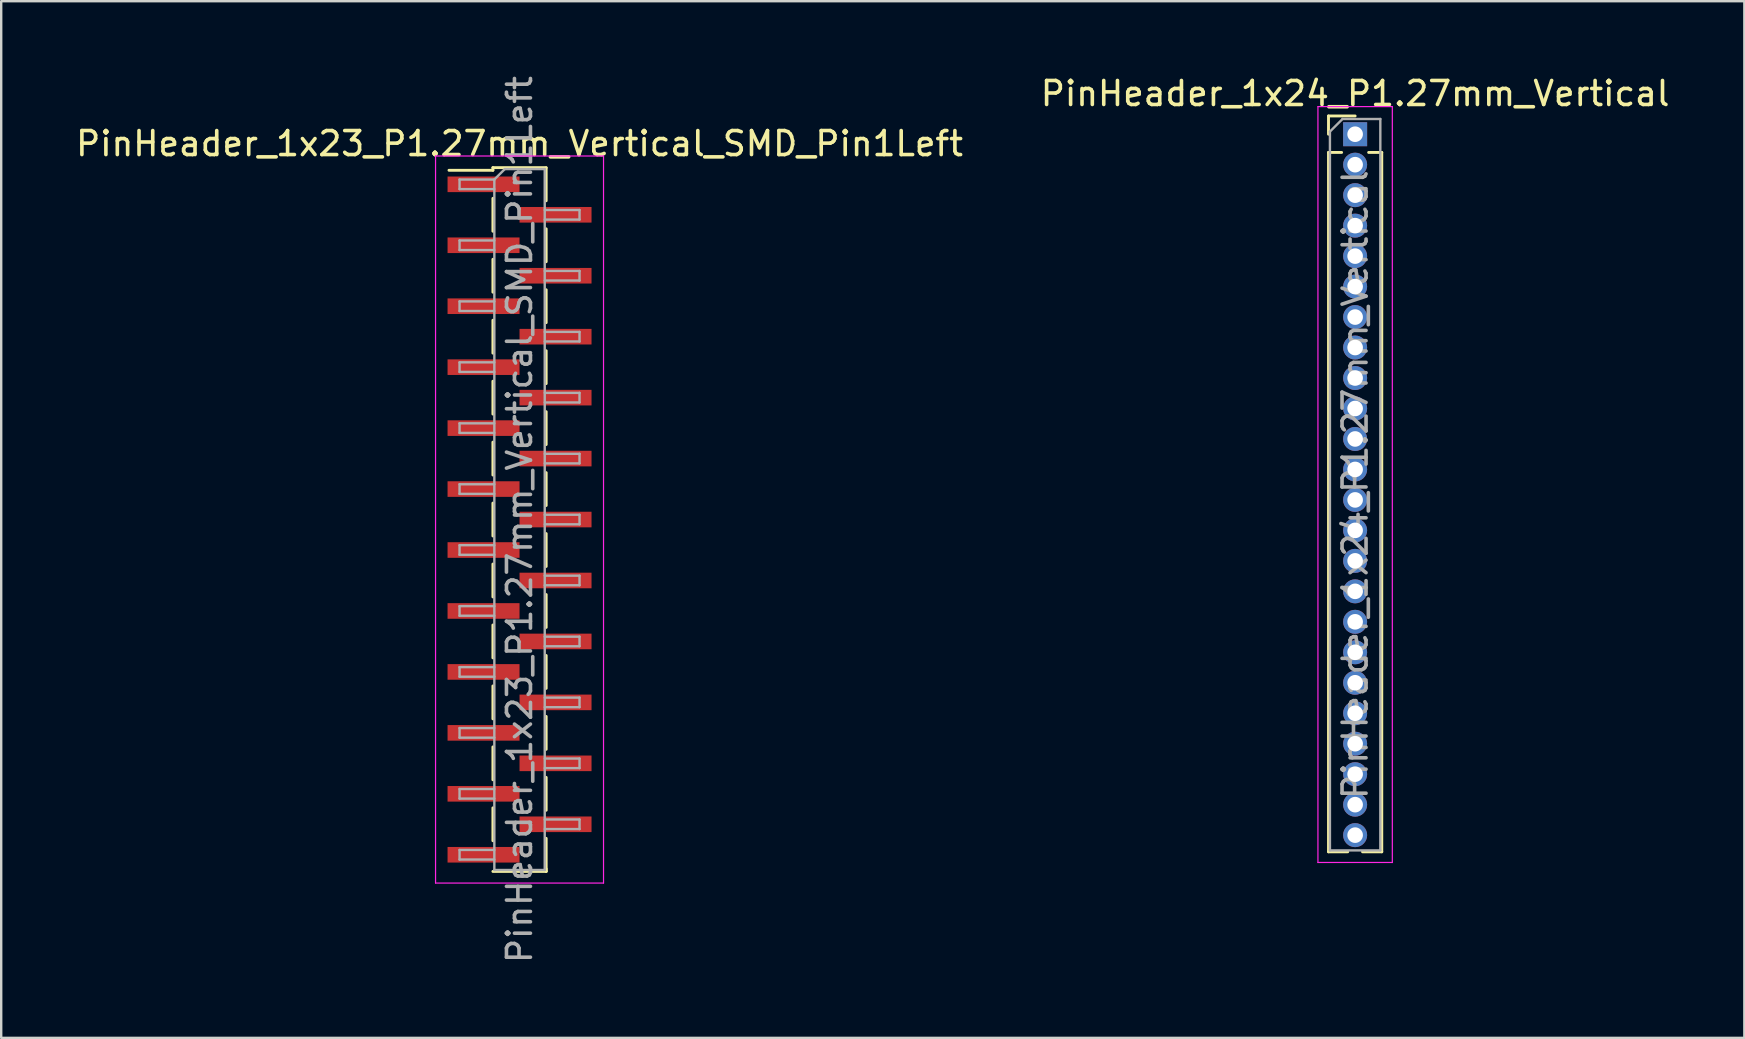
<source format=kicad_pcb>
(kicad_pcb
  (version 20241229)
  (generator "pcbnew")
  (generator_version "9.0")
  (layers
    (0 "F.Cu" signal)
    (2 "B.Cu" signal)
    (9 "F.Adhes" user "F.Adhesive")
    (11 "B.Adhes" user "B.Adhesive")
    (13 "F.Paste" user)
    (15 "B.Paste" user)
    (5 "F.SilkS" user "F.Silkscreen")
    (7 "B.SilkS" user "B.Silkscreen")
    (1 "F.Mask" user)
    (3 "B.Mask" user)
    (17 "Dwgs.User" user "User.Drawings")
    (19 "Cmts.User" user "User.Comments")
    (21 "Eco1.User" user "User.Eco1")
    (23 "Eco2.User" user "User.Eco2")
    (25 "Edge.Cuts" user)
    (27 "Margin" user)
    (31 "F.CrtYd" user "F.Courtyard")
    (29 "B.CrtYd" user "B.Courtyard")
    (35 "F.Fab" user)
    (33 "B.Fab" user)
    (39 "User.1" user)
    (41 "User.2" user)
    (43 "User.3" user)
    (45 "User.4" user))
  (footprint "PinHeader_1x23_P1.27mm_Vertical_SMD_Pin1Left"
    (layer "F.Cu")
    (at 18.601 18.601)
    (property "Reference" "PinHeader_1x23_P1.27mm_Vertical_SMD_Pin1Left" (at 0 -15.665 0) (layer "F.SilkS") (effects (font (size 1 1) (thickness 0.15))))
    (attr smd)
    (fp_line (start -1.11 -14.665) (end -1.11 -14.555) (stroke (width 0.12) (type solid)) (layer "F.SilkS"))
    (fp_line (start -1.11 -14.665) (end 1.11 -14.665) (stroke (width 0.12) (type solid)) (layer "F.SilkS"))
    (fp_line (start -1.11 -14.555) (end -2.94 -14.555) (stroke (width 0.12) (type solid)) (layer "F.SilkS"))
    (fp_line (start -1.11 -13.385) (end -1.11 -12.015) (stroke (width 0.12) (type solid)) (layer "F.SilkS"))
    (fp_line (start -1.11 -10.845) (end -1.11 -9.475) (stroke (width 0.12) (type solid)) (layer "F.SilkS"))
    (fp_line (start -1.11 -8.305) (end -1.11 -6.935) (stroke (width 0.12) (type solid)) (layer "F.SilkS"))
    (fp_line (start -1.11 -5.765) (end -1.11 -4.395) (stroke (width 0.12) (type solid)) (layer "F.SilkS"))
    (fp_line (start -1.11 -3.225) (end -1.11 -1.855) (stroke (width 0.12) (type solid)) (layer "F.SilkS"))
    (fp_line (start -1.11 -0.685) (end -1.11 0.685) (stroke (width 0.12) (type solid)) (layer "F.SilkS"))
    (fp_line (start -1.11 1.855) (end -1.11 3.225) (stroke (width 0.12) (type solid)) (layer "F.SilkS"))
    (fp_line (start -1.11 4.395) (end -1.11 5.765) (stroke (width 0.12) (type solid)) (layer "F.SilkS"))
    (fp_line (start -1.11 6.935) (end -1.11 8.305) (stroke (width 0.12) (type solid)) (layer "F.SilkS"))
    (fp_line (start -1.11 9.475) (end -1.11 10.845) (stroke (width 0.12) (type solid)) (layer "F.SilkS"))
    (fp_line (start -1.11 12.015) (end -1.11 13.385) (stroke (width 0.12) (type solid)) (layer "F.SilkS"))
    (fp_line (start -1.11 14.665) (end 1.11 14.665) (stroke (width 0.12) (type solid)) (layer "F.SilkS"))
    (fp_line (start 1.11 -14.655) (end 1.11 -13.285) (stroke (width 0.12) (type solid)) (layer "F.SilkS"))
    (fp_line (start 1.11 -12.115) (end 1.11 -10.745) (stroke (width 0.12) (type solid)) (layer "F.SilkS"))
    (fp_line (start 1.11 -9.575) (end 1.11 -8.205) (stroke (width 0.12) (type solid)) (layer "F.SilkS"))
    (fp_line (start 1.11 -7.035) (end 1.11 -5.665) (stroke (width 0.12) (type solid)) (layer "F.SilkS"))
    (fp_line (start 1.11 -4.495) (end 1.11 -3.125) (stroke (width 0.12) (type solid)) (layer "F.SilkS"))
    (fp_line (start 1.11 -1.955) (end 1.11 -0.585) (stroke (width 0.12) (type solid)) (layer "F.SilkS"))
    (fp_line (start 1.11 0.585) (end 1.11 1.955) (stroke (width 0.12) (type solid)) (layer "F.SilkS"))
    (fp_line (start 1.11 3.125) (end 1.11 4.495) (stroke (width 0.12) (type solid)) (layer "F.SilkS"))
    (fp_line (start 1.11 5.665) (end 1.11 7.035) (stroke (width 0.12) (type solid)) (layer "F.SilkS"))
    (fp_line (start 1.11 8.205) (end 1.11 9.575) (stroke (width 0.12) (type solid)) (layer "F.SilkS"))
    (fp_line (start 1.11 10.745) (end 1.11 12.115) (stroke (width 0.12) (type solid)) (layer "F.SilkS"))
    (fp_line (start 1.11 13.285) (end 1.11 14.655) (stroke (width 0.12) (type solid)) (layer "F.SilkS"))
    (fp_line (start 1.11 14.555) (end 1.11 14.665) (stroke (width 0.12) (type solid)) (layer "F.SilkS"))
    (fp_line (start -3.5 -15.15) (end -3.5 15.15) (stroke (width 0.05) (type solid)) (layer "F.CrtYd"))
    (fp_line (start -3.5 15.15) (end 3.5 15.15) (stroke (width 0.05) (type solid)) (layer "F.CrtYd"))
    (fp_line (start 3.5 -15.15) (end -3.5 -15.15) (stroke (width 0.05) (type solid)) (layer "F.CrtYd"))
    (fp_line (start 3.5 15.15) (end 3.5 -15.15) (stroke (width 0.05) (type solid)) (layer "F.CrtYd"))
    (fp_line (start -2.5 -14.17) (end -2.5 -13.77) (stroke (width 0.1) (type solid)) (layer "F.Fab"))
    (fp_line (start -2.5 -13.77) (end -1.05 -13.77) (stroke (width 0.1) (type solid)) (layer "F.Fab"))
    (fp_line (start -2.5 -11.63) (end -2.5 -11.23) (stroke (width 0.1) (type solid)) (layer "F.Fab"))
    (fp_line (start -2.5 -11.23) (end -1.05 -11.23) (stroke (width 0.1) (type solid)) (layer "F.Fab"))
    (fp_line (start -2.5 -9.09) (end -2.5 -8.69) (stroke (width 0.1) (type solid)) (layer "F.Fab"))
    (fp_line (start -2.5 -8.69) (end -1.05 -8.69) (stroke (width 0.1) (type solid)) (layer "F.Fab"))
    (fp_line (start -2.5 -6.55) (end -2.5 -6.15) (stroke (width 0.1) (type solid)) (layer "F.Fab"))
    (fp_line (start -2.5 -6.15) (end -1.05 -6.15) (stroke (width 0.1) (type solid)) (layer "F.Fab"))
    (fp_line (start -2.5 -4.01) (end -2.5 -3.61) (stroke (width 0.1) (type solid)) (layer "F.Fab"))
    (fp_line (start -2.5 -3.61) (end -1.05 -3.61) (stroke (width 0.1) (type solid)) (layer "F.Fab"))
    (fp_line (start -2.5 -1.47) (end -2.5 -1.07) (stroke (width 0.1) (type solid)) (layer "F.Fab"))
    (fp_line (start -2.5 -1.07) (end -1.05 -1.07) (stroke (width 0.1) (type solid)) (layer "F.Fab"))
    (fp_line (start -2.5 1.07) (end -2.5 1.47) (stroke (width 0.1) (type solid)) (layer "F.Fab"))
    (fp_line (start -2.5 1.47) (end -1.05 1.47) (stroke (width 0.1) (type solid)) (layer "F.Fab"))
    (fp_line (start -2.5 3.61) (end -2.5 4.01) (stroke (width 0.1) (type solid)) (layer "F.Fab"))
    (fp_line (start -2.5 4.01) (end -1.05 4.01) (stroke (width 0.1) (type solid)) (layer "F.Fab"))
    (fp_line (start -2.5 6.15) (end -2.5 6.55) (stroke (width 0.1) (type solid)) (layer "F.Fab"))
    (fp_line (start -2.5 6.55) (end -1.05 6.55) (stroke (width 0.1) (type solid)) (layer "F.Fab"))
    (fp_line (start -2.5 8.69) (end -2.5 9.09) (stroke (width 0.1) (type solid)) (layer "F.Fab"))
    (fp_line (start -2.5 9.09) (end -1.05 9.09) (stroke (width 0.1) (type solid)) (layer "F.Fab"))
    (fp_line (start -2.5 11.23) (end -2.5 11.63) (stroke (width 0.1) (type solid)) (layer "F.Fab"))
    (fp_line (start -2.5 11.63) (end -1.05 11.63) (stroke (width 0.1) (type solid)) (layer "F.Fab"))
    (fp_line (start -2.5 13.77) (end -2.5 14.17) (stroke (width 0.1) (type solid)) (layer "F.Fab"))
    (fp_line (start -2.5 14.17) (end -1.05 14.17) (stroke (width 0.1) (type solid)) (layer "F.Fab"))
    (fp_line (start -1.05 -14.17) (end -2.5 -14.17) (stroke (width 0.1) (type solid)) (layer "F.Fab"))
    (fp_line (start -1.05 -14.17) (end -0.615 -14.605) (stroke (width 0.1) (type solid)) (layer "F.Fab"))
    (fp_line (start -1.05 -11.63) (end -2.5 -11.63) (stroke (width 0.1) (type solid)) (layer "F.Fab"))
    (fp_line (start -1.05 -9.09) (end -2.5 -9.09) (stroke (width 0.1) (type solid)) (layer "F.Fab"))
    (fp_line (start -1.05 -6.55) (end -2.5 -6.55) (stroke (width 0.1) (type solid)) (layer "F.Fab"))
    (fp_line (start -1.05 -4.01) (end -2.5 -4.01) (stroke (width 0.1) (type solid)) (layer "F.Fab"))
    (fp_line (start -1.05 -1.47) (end -2.5 -1.47) (stroke (width 0.1) (type solid)) (layer "F.Fab"))
    (fp_line (start -1.05 1.07) (end -2.5 1.07) (stroke (width 0.1) (type solid)) (layer "F.Fab"))
    (fp_line (start -1.05 3.61) (end -2.5 3.61) (stroke (width 0.1) (type solid)) (layer "F.Fab"))
    (fp_line (start -1.05 6.15) (end -2.5 6.15) (stroke (width 0.1) (type solid)) (layer "F.Fab"))
    (fp_line (start -1.05 8.69) (end -2.5 8.69) (stroke (width 0.1) (type solid)) (layer "F.Fab"))
    (fp_line (start -1.05 11.23) (end -2.5 11.23) (stroke (width 0.1) (type solid)) (layer "F.Fab"))
    (fp_line (start -1.05 13.77) (end -2.5 13.77) (stroke (width 0.1) (type solid)) (layer "F.Fab"))
    (fp_line (start -1.05 14.605) (end -1.05 -14.17) (stroke (width 0.1) (type solid)) (layer "F.Fab"))
    (fp_line (start -0.615 -14.605) (end 1.05 -14.605) (stroke (width 0.1) (type solid)) (layer "F.Fab"))
    (fp_line (start 1.05 -14.605) (end 1.05 14.605) (stroke (width 0.1) (type solid)) (layer "F.Fab"))
    (fp_line (start 1.05 -12.9) (end 2.5 -12.9) (stroke (width 0.1) (type solid)) (layer "F.Fab"))
    (fp_line (start 1.05 -10.36) (end 2.5 -10.36) (stroke (width 0.1) (type solid)) (layer "F.Fab"))
    (fp_line (start 1.05 -7.82) (end 2.5 -7.82) (stroke (width 0.1) (type solid)) (layer "F.Fab"))
    (fp_line (start 1.05 -5.28) (end 2.5 -5.28) (stroke (width 0.1) (type solid)) (layer "F.Fab"))
    (fp_line (start 1.05 -2.74) (end 2.5 -2.74) (stroke (width 0.1) (type solid)) (layer "F.Fab"))
    (fp_line (start 1.05 -0.2) (end 2.5 -0.2) (stroke (width 0.1) (type solid)) (layer "F.Fab"))
    (fp_line (start 1.05 2.34) (end 2.5 2.34) (stroke (width 0.1) (type solid)) (layer "F.Fab"))
    (fp_line (start 1.05 4.88) (end 2.5 4.88) (stroke (width 0.1) (type solid)) (layer "F.Fab"))
    (fp_line (start 1.05 7.42) (end 2.5 7.42) (stroke (width 0.1) (type solid)) (layer "F.Fab"))
    (fp_line (start 1.05 9.96) (end 2.5 9.96) (stroke (width 0.1) (type solid)) (layer "F.Fab"))
    (fp_line (start 1.05 12.5) (end 2.5 12.5) (stroke (width 0.1) (type solid)) (layer "F.Fab"))
    (fp_line (start 1.05 14.605) (end -1.05 14.605) (stroke (width 0.1) (type solid)) (layer "F.Fab"))
    (fp_line (start 2.5 -12.9) (end 2.5 -12.5) (stroke (width 0.1) (type solid)) (layer "F.Fab"))
    (fp_line (start 2.5 -12.5) (end 1.05 -12.5) (stroke (width 0.1) (type solid)) (layer "F.Fab"))
    (fp_line (start 2.5 -10.36) (end 2.5 -9.96) (stroke (width 0.1) (type solid)) (layer "F.Fab"))
    (fp_line (start 2.5 -9.96) (end 1.05 -9.96) (stroke (width 0.1) (type solid)) (layer "F.Fab"))
    (fp_line (start 2.5 -7.82) (end 2.5 -7.42) (stroke (width 0.1) (type solid)) (layer "F.Fab"))
    (fp_line (start 2.5 -7.42) (end 1.05 -7.42) (stroke (width 0.1) (type solid)) (layer "F.Fab"))
    (fp_line (start 2.5 -5.28) (end 2.5 -4.88) (stroke (width 0.1) (type solid)) (layer "F.Fab"))
    (fp_line (start 2.5 -4.88) (end 1.05 -4.88) (stroke (width 0.1) (type solid)) (layer "F.Fab"))
    (fp_line (start 2.5 -2.74) (end 2.5 -2.34) (stroke (width 0.1) (type solid)) (layer "F.Fab"))
    (fp_line (start 2.5 -2.34) (end 1.05 -2.34) (stroke (width 0.1) (type solid)) (layer "F.Fab"))
    (fp_line (start 2.5 -0.2) (end 2.5 0.2) (stroke (width 0.1) (type solid)) (layer "F.Fab"))
    (fp_line (start 2.5 0.2) (end 1.05 0.2) (stroke (width 0.1) (type solid)) (layer "F.Fab"))
    (fp_line (start 2.5 2.34) (end 2.5 2.74) (stroke (width 0.1) (type solid)) (layer "F.Fab"))
    (fp_line (start 2.5 2.74) (end 1.05 2.74) (stroke (width 0.1) (type solid)) (layer "F.Fab"))
    (fp_line (start 2.5 4.88) (end 2.5 5.28) (stroke (width 0.1) (type solid)) (layer "F.Fab"))
    (fp_line (start 2.5 5.28) (end 1.05 5.28) (stroke (width 0.1) (type solid)) (layer "F.Fab"))
    (fp_line (start 2.5 7.42) (end 2.5 7.82) (stroke (width 0.1) (type solid)) (layer "F.Fab"))
    (fp_line (start 2.5 7.82) (end 1.05 7.82) (stroke (width 0.1) (type solid)) (layer "F.Fab"))
    (fp_line (start 2.5 9.96) (end 2.5 10.36) (stroke (width 0.1) (type solid)) (layer "F.Fab"))
    (fp_line (start 2.5 10.36) (end 1.05 10.36) (stroke (width 0.1) (type solid)) (layer "F.Fab"))
    (fp_line (start 2.5 12.5) (end 2.5 12.9) (stroke (width 0.1) (type solid)) (layer "F.Fab"))
    (fp_line (start 2.5 12.9) (end 1.05 12.9) (stroke (width 0.1) (type solid)) (layer "F.Fab"))
    (fp_text user "${REFERENCE}" (at 0 0 90) (layer "F.Fab") (effects (font (size 1 1) (thickness 0.15))))
    (pad "1" smd rect (at -1.5 -13.97) (size 3 0.65) (layers "F.Cu" "F.Mask" "F.Paste"))
    (pad "2" smd rect (at 1.5 -12.7) (size 3 0.65) (layers "F.Cu" "F.Mask" "F.Paste"))
    (pad "3" smd rect (at -1.5 -11.43) (size 3 0.65) (layers "F.Cu" "F.Mask" "F.Paste"))
    (pad "4" smd rect (at 1.5 -10.16) (size 3 0.65) (layers "F.Cu" "F.Mask" "F.Paste"))
    (pad "5" smd rect (at -1.5 -8.89) (size 3 0.65) (layers "F.Cu" "F.Mask" "F.Paste"))
    (pad "6" smd rect (at 1.5 -7.62) (size 3 0.65) (layers "F.Cu" "F.Mask" "F.Paste"))
    (pad "7" smd rect (at -1.5 -6.35) (size 3 0.65) (layers "F.Cu" "F.Mask" "F.Paste"))
    (pad "8" smd rect (at 1.5 -5.08) (size 3 0.65) (layers "F.Cu" "F.Mask" "F.Paste"))
    (pad "9" smd rect (at -1.5 -3.81) (size 3 0.65) (layers "F.Cu" "F.Mask" "F.Paste"))
    (pad "10" smd rect (at 1.5 -2.54) (size 3 0.65) (layers "F.Cu" "F.Mask" "F.Paste"))
    (pad "11" smd rect (at -1.5 -1.27) (size 3 0.65) (layers "F.Cu" "F.Mask" "F.Paste"))
    (pad "12" smd rect (at 1.5 0) (size 3 0.65) (layers "F.Cu" "F.Mask" "F.Paste"))
    (pad "13" smd rect (at -1.5 1.27) (size 3 0.65) (layers "F.Cu" "F.Mask" "F.Paste"))
    (pad "14" smd rect (at 1.5 2.54) (size 3 0.65) (layers "F.Cu" "F.Mask" "F.Paste"))
    (pad "15" smd rect (at -1.5 3.81) (size 3 0.65) (layers "F.Cu" "F.Mask" "F.Paste"))
    (pad "16" smd rect (at 1.5 5.08) (size 3 0.65) (layers "F.Cu" "F.Mask" "F.Paste"))
    (pad "17" smd rect (at -1.5 6.35) (size 3 0.65) (layers "F.Cu" "F.Mask" "F.Paste"))
    (pad "18" smd rect (at 1.5 7.62) (size 3 0.65) (layers "F.Cu" "F.Mask" "F.Paste"))
    (pad "19" smd rect (at -1.5 8.89) (size 3 0.65) (layers "F.Cu" "F.Mask" "F.Paste"))
    (pad "20" smd rect (at 1.5 10.16) (size 3 0.65) (layers "F.Cu" "F.Mask" "F.Paste"))
    (pad "21" smd rect (at -1.5 11.43) (size 3 0.65) (layers "F.Cu" "F.Mask" "F.Paste"))
    (pad "22" smd rect (at 1.5 12.7) (size 3 0.65) (layers "F.Cu" "F.Mask" "F.Paste"))
    (pad "23" smd rect (at -1.5 13.97) (size 3 0.65) (layers "F.Cu" "F.Mask" "F.Paste")))
  (footprint "PinHeader_1x24_P1.27mm_Vertical"
    (layer "F.Cu")
    (at 53.423 2.543)
    (property "Reference" "PinHeader_1x24_P1.27mm_Vertical" (at 0 -1.695 0) (layer "F.SilkS") (effects (font (size 1 1) (thickness 0.15))))
    (attr through_hole)
    (fp_line (start -1.11 -0.76) (end 0 -0.76) (stroke (width 0.12) (type solid)) (layer "F.SilkS"))
    (fp_line (start -1.11 0) (end -1.11 -0.76) (stroke (width 0.12) (type solid)) (layer "F.SilkS"))
    (fp_line (start -1.11 0.76) (end -1.11 29.905) (stroke (width 0.12) (type solid)) (layer "F.SilkS"))
    (fp_line (start -1.11 0.76) (end -0.563 0.76) (stroke (width 0.12) (type solid)) (layer "F.SilkS"))
    (fp_line (start -1.11 29.905) (end -0.308 29.905) (stroke (width 0.12) (type solid)) (layer "F.SilkS"))
    (fp_line (start 0.308 29.905) (end 1.11 29.905) (stroke (width 0.12) (type solid)) (layer "F.SilkS"))
    (fp_line (start 0.563 0.76) (end 1.11 0.76) (stroke (width 0.12) (type solid)) (layer "F.SilkS"))
    (fp_line (start 1.11 0.76) (end 1.11 29.905) (stroke (width 0.12) (type solid)) (layer "F.SilkS"))
    (fp_line (start -1.55 -1.15) (end -1.55 30.35) (stroke (width 0.05) (type solid)) (layer "F.CrtYd"))
    (fp_line (start -1.55 30.35) (end 1.55 30.35) (stroke (width 0.05) (type solid)) (layer "F.CrtYd"))
    (fp_line (start 1.55 -1.15) (end -1.55 -1.15) (stroke (width 0.05) (type solid)) (layer "F.CrtYd"))
    (fp_line (start 1.55 30.35) (end 1.55 -1.15) (stroke (width 0.05) (type solid)) (layer "F.CrtYd"))
    (fp_line (start -1.05 -0.11) (end -0.525 -0.635) (stroke (width 0.1) (type solid)) (layer "F.Fab"))
    (fp_line (start -1.05 29.845) (end -1.05 -0.11) (stroke (width 0.1) (type solid)) (layer "F.Fab"))
    (fp_line (start -0.525 -0.635) (end 1.05 -0.635) (stroke (width 0.1) (type solid)) (layer "F.Fab"))
    (fp_line (start 1.05 -0.635) (end 1.05 29.845) (stroke (width 0.1) (type solid)) (layer "F.Fab"))
    (fp_line (start 1.05 29.845) (end -1.05 29.845) (stroke (width 0.1) (type solid)) (layer "F.Fab"))
    (fp_text user "${REFERENCE}" (at 0 14.605 90) (layer "F.Fab") (effects (font (size 1 1) (thickness 0.15))))
    (pad "1" thru_hole rect (at 0 0) (size 1 1) (drill 0.65) (layers "*.Cu" "*.Mask"))
    (pad "2" thru_hole oval (at 0 1.27) (size 1 1) (drill 0.65) (layers "*.Cu" "*.Mask"))
    (pad "3" thru_hole oval (at 0 2.54) (size 1 1) (drill 0.65) (layers "*.Cu" "*.Mask"))
    (pad "4" thru_hole oval (at 0 3.81) (size 1 1) (drill 0.65) (layers "*.Cu" "*.Mask"))
    (pad "5" thru_hole oval (at 0 5.08) (size 1 1) (drill 0.65) (layers "*.Cu" "*.Mask"))
    (pad "6" thru_hole oval (at 0 6.35) (size 1 1) (drill 0.65) (layers "*.Cu" "*.Mask"))
    (pad "7" thru_hole oval (at 0 7.62) (size 1 1) (drill 0.65) (layers "*.Cu" "*.Mask"))
    (pad "8" thru_hole oval (at 0 8.89) (size 1 1) (drill 0.65) (layers "*.Cu" "*.Mask"))
    (pad "9" thru_hole oval (at 0 10.16) (size 1 1) (drill 0.65) (layers "*.Cu" "*.Mask"))
    (pad "10" thru_hole oval (at 0 11.43) (size 1 1) (drill 0.65) (layers "*.Cu" "*.Mask"))
    (pad "11" thru_hole oval (at 0 12.7) (size 1 1) (drill 0.65) (layers "*.Cu" "*.Mask"))
    (pad "12" thru_hole oval (at 0 13.97) (size 1 1) (drill 0.65) (layers "*.Cu" "*.Mask"))
    (pad "13" thru_hole oval (at 0 15.24) (size 1 1) (drill 0.65) (layers "*.Cu" "*.Mask"))
    (pad "14" thru_hole oval (at 0 16.51) (size 1 1) (drill 0.65) (layers "*.Cu" "*.Mask"))
    (pad "15" thru_hole oval (at 0 17.78) (size 1 1) (drill 0.65) (layers "*.Cu" "*.Mask"))
    (pad "16" thru_hole oval (at 0 19.05) (size 1 1) (drill 0.65) (layers "*.Cu" "*.Mask"))
    (pad "17" thru_hole oval (at 0 20.32) (size 1 1) (drill 0.65) (layers "*.Cu" "*.Mask"))
    (pad "18" thru_hole oval (at 0 21.59) (size 1 1) (drill 0.65) (layers "*.Cu" "*.Mask"))
    (pad "19" thru_hole oval (at 0 22.86) (size 1 1) (drill 0.65) (layers "*.Cu" "*.Mask"))
    (pad "20" thru_hole oval (at 0 24.13) (size 1 1) (drill 0.65) (layers "*.Cu" "*.Mask"))
    (pad "21" thru_hole oval (at 0 25.4) (size 1 1) (drill 0.65) (layers "*.Cu" "*.Mask"))
    (pad "22" thru_hole oval (at 0 26.67) (size 1 1) (drill 0.65) (layers "*.Cu" "*.Mask"))
    (pad "23" thru_hole oval (at 0 27.94) (size 1 1) (drill 0.65) (layers "*.Cu" "*.Mask"))
    (pad "24" thru_hole oval (at 0 29.21) (size 1 1) (drill 0.65) (layers "*.Cu" "*.Mask")))
  (gr_rect
    (start -3 -3)
    (end 69.643 40.202)
    (stroke (width 0.1) (type default))
    (fill no)
    (layer "Edge.Cuts")))
</source>
